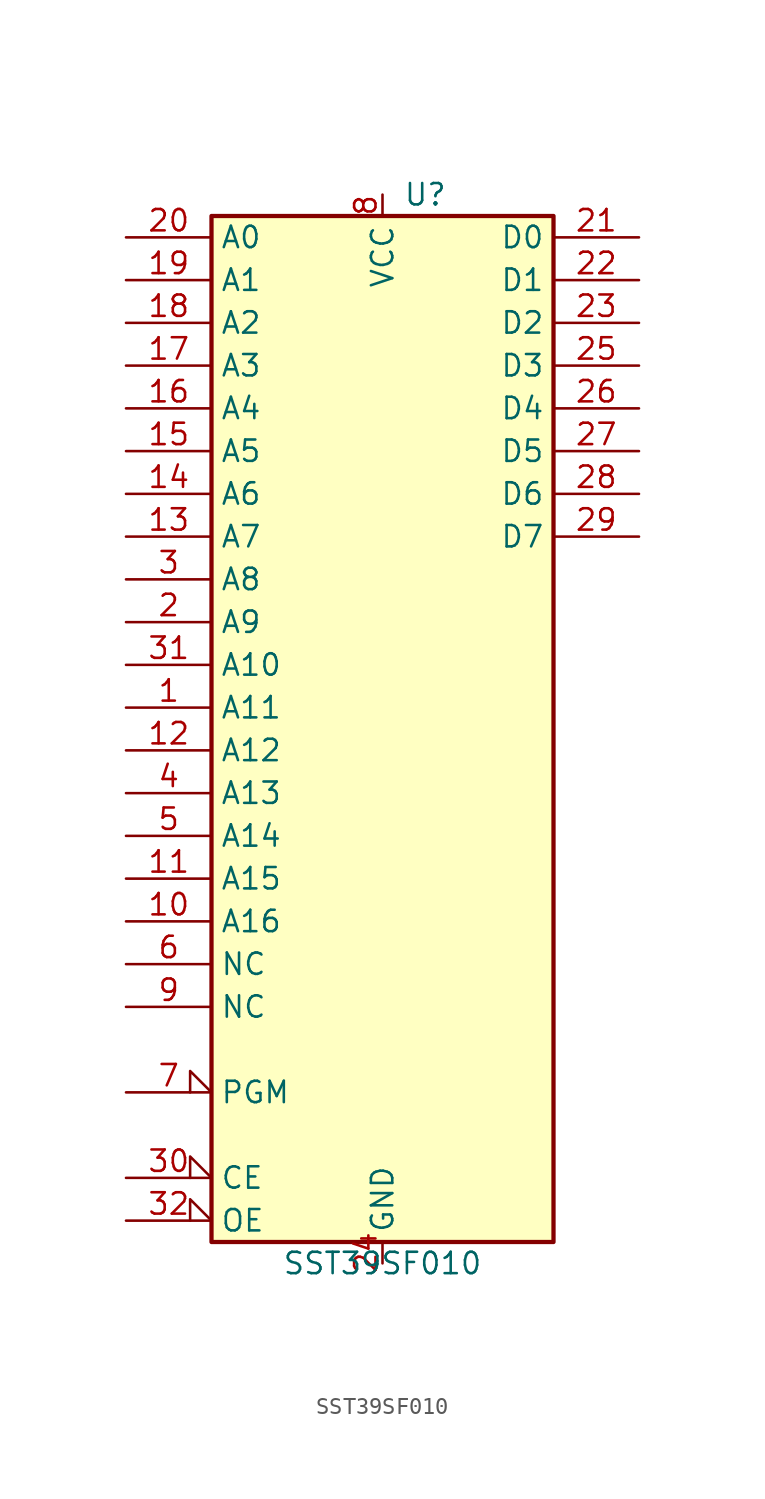
<source format=kicad_sym>
(kicad_symbol_lib
  (version 20211014)
  (generator kicad_symbol_editor)
  (symbol "SST39SF010"
    (property "Reference" "U"
      (at 2.54 33.02 0)
      (effects (font (size 1.27 1.27))))
    (property "Value" "SST39SF010"
      (at 0 -30.48 0)
      (effects (font (size 1.27 1.27))))
    (symbol "SST39SF010_0_1"
      (rectangle (start -10.16 31.75) (end 10.16 -29.21) (stroke (width 0.254) (type default) (color 0 0 0 0)) (fill (type background)))
      (pin power_in line (at 0 -30.48 90) (length 1.27) (name "GND" (effects (font (size 1.27 1.27)))) (number "24" (effects (font (size 1.27 1.27)))))
      (pin power_in line (at 0 33.02 270) (length 1.27) (name "VCC" (effects (font (size 1.27 1.27)))) (number "8" (effects (font (size 1.27 1.27))))))
    (symbol "SST39SF010_1_1"
      (pin input line (at -15.24 2.54 0) (length 5.08) (name "A11" (effects (font (size 1.27 1.27)))) (number "1" (effects (font (size 1.27 1.27)))))
      (pin input line (at -15.24 -10.16 0) (length 5.08) (name "A16" (effects (font (size 1.27 1.27)))) (number "10" (effects (font (size 1.27 1.27)))))
      (pin input line (at -15.24 -7.62 0) (length 5.08) (name "A15" (effects (font (size 1.27 1.27)))) (number "11" (effects (font (size 1.27 1.27)))))
      (pin input line (at -15.24 0 0) (length 5.08) (name "A12" (effects (font (size 1.27 1.27)))) (number "12" (effects (font (size 1.27 1.27)))))
      (pin input line (at -15.24 12.7 0) (length 5.08) (name "A7" (effects (font (size 1.27 1.27)))) (number "13" (effects (font (size 1.27 1.27)))))
      (pin input line (at -15.24 15.24 0) (length 5.08) (name "A6" (effects (font (size 1.27 1.27)))) (number "14" (effects (font (size 1.27 1.27)))))
      (pin input line (at -15.24 17.78 0) (length 5.08) (name "A5" (effects (font (size 1.27 1.27)))) (number "15" (effects (font (size 1.27 1.27)))))
      (pin input line (at -15.24 20.32 0) (length 5.08) (name "A4" (effects (font (size 1.27 1.27)))) (number "16" (effects (font (size 1.27 1.27)))))
      (pin input line (at -15.24 22.86 0) (length 5.08) (name "A3" (effects (font (size 1.27 1.27)))) (number "17" (effects (font (size 1.27 1.27)))))
      (pin input line (at -15.24 25.4 0) (length 5.08) (name "A2" (effects (font (size 1.27 1.27)))) (number "18" (effects (font (size 1.27 1.27)))))
      (pin input line (at -15.24 27.94 0) (length 5.08) (name "A1" (effects (font (size 1.27 1.27)))) (number "19" (effects (font (size 1.27 1.27)))))
      (pin input line (at -15.24 7.62 0) (length 5.08) (name "A9" (effects (font (size 1.27 1.27)))) (number "2" (effects (font (size 1.27 1.27)))))
      (pin input line (at -15.24 30.48 0) (length 5.08) (name "A0" (effects (font (size 1.27 1.27)))) (number "20" (effects (font (size 1.27 1.27)))))
      (pin tri_state line (at 15.24 30.48 180) (length 5.08) (name "D0" (effects (font (size 1.27 1.27)))) (number "21" (effects (font (size 1.27 1.27)))))
      (pin tri_state line (at 15.24 27.94 180) (length 5.08) (name "D1" (effects (font (size 1.27 1.27)))) (number "22" (effects (font (size 1.27 1.27)))))
      (pin tri_state line (at 15.24 25.4 180) (length 5.08) (name "D2" (effects (font (size 1.27 1.27)))) (number "23" (effects (font (size 1.27 1.27)))))
      (pin tri_state line (at 15.24 22.86 180) (length 5.08) (name "D3" (effects (font (size 1.27 1.27)))) (number "25" (effects (font (size 1.27 1.27)))))
      (pin tri_state line (at 15.24 20.32 180) (length 5.08) (name "D4" (effects (font (size 1.27 1.27)))) (number "26" (effects (font (size 1.27 1.27)))))
      (pin tri_state line (at 15.24 17.78 180) (length 5.08) (name "D5" (effects (font (size 1.27 1.27)))) (number "27" (effects (font (size 1.27 1.27)))))
      (pin tri_state line (at 15.24 15.24 180) (length 5.08) (name "D6" (effects (font (size 1.27 1.27)))) (number "28" (effects (font (size 1.27 1.27)))))
      (pin tri_state line (at 15.24 12.7 180) (length 5.08) (name "D7" (effects (font (size 1.27 1.27)))) (number "29" (effects (font (size 1.27 1.27)))))
      (pin input line (at -15.24 10.16 0) (length 5.08) (name "A8" (effects (font (size 1.27 1.27)))) (number "3" (effects (font (size 1.27 1.27)))))
      (pin input input_low (at -15.24 -25.4 0) (length 5.08) (name "CE" (effects (font (size 1.27 1.27)))) (number "30" (effects (font (size 1.27 1.27)))))
      (pin input line (at -15.24 5.08 0) (length 5.08) (name "A10" (effects (font (size 1.27 1.27)))) (number "31" (effects (font (size 1.27 1.27)))))
      (pin input input_low (at -15.24 -27.94 0) (length 5.08) (name "OE" (effects (font (size 1.27 1.27)))) (number "32" (effects (font (size 1.27 1.27)))))
      (pin input line (at -15.24 -2.54 0) (length 5.08) (name "A13" (effects (font (size 1.27 1.27)))) (number "4" (effects (font (size 1.27 1.27)))))
      (pin input line (at -15.24 -5.08 0) (length 5.08) (name "A14" (effects (font (size 1.27 1.27)))) (number "5" (effects (font (size 1.27 1.27)))))
      (pin input line (at -15.24 -12.7 0) (length 5.08) (name "NC" (effects (font (size 1.27 1.27)))) (number "6" (effects (font (size 1.27 1.27)))))
      (pin input input_low (at -15.24 -20.32 0) (length 5.08) (name "PGM" (effects (font (size 1.27 1.27)))) (number "7" (effects (font (size 1.27 1.27)))))
      (pin input line (at -15.24 -15.24 0) (length 5.08) (name "NC" (effects (font (size 1.27 1.27)))) (number "9" (effects (font (size 1.27 1.27))))))))
</source>
